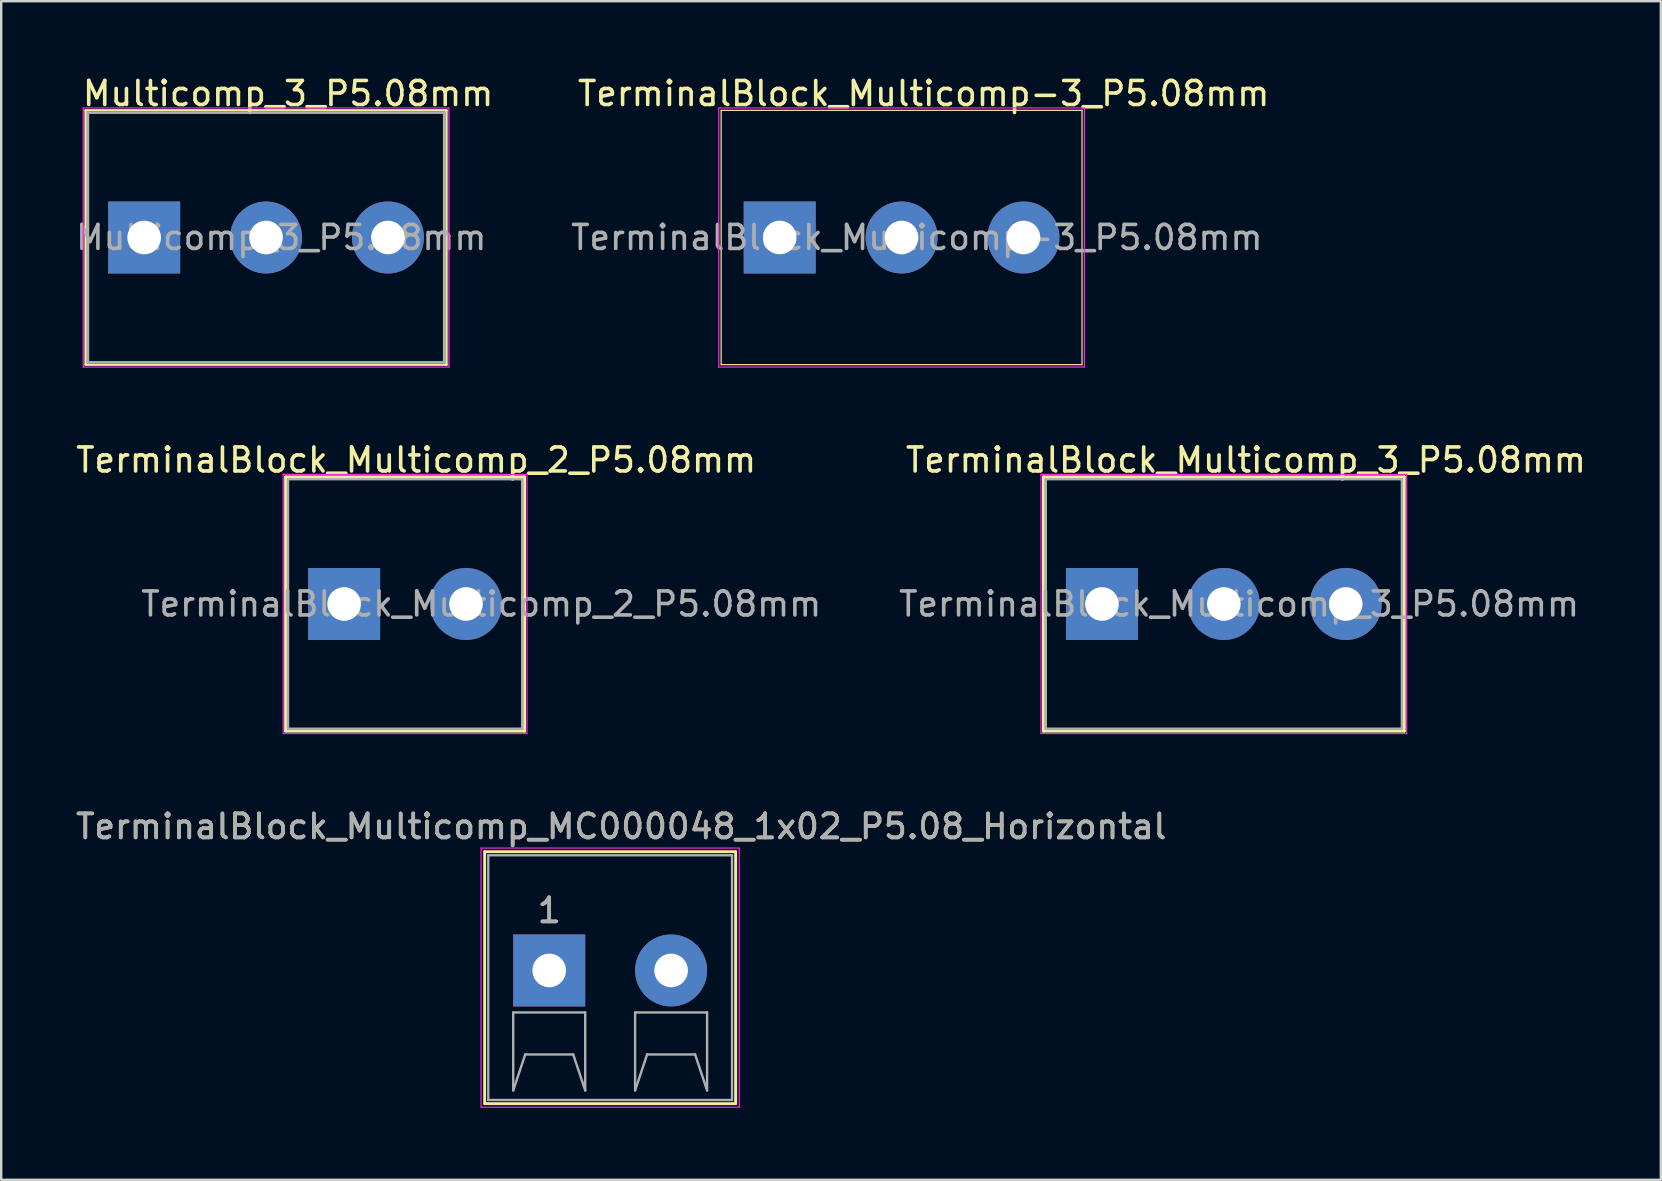
<source format=kicad_pcb>
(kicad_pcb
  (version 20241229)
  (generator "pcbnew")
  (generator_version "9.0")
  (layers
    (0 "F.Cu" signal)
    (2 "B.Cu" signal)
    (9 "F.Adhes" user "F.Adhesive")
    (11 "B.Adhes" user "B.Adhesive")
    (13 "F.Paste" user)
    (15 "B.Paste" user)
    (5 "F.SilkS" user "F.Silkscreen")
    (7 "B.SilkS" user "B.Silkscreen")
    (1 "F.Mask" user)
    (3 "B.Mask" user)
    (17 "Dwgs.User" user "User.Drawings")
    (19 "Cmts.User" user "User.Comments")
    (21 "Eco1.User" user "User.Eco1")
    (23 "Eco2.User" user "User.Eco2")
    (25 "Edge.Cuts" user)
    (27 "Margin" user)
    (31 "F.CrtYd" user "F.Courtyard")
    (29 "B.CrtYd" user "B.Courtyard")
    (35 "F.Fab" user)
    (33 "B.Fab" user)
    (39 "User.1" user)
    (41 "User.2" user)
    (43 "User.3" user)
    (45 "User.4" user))
  (footprint "TerminalBlock_Multicomp-3_P5.08mm"
    (layer "F.Cu")
    (at 29.445 6.848)
    (property "Reference" "TerminalBlock_Multicomp-3_P5.08mm" (at 6 -6 0) (layer "F.SilkS") (effects (font (size 1 1) (thickness 0.15))))
    (attr exclude_from_pos_files exclude_from_bom)
    (fp_line (start -2.44 -5.3) (end -2.44 5.3) (stroke (width 0.05) (type solid)) (layer "F.SilkS"))
    (fp_line (start -2.44 -5.3) (end 12.6 -5.3) (stroke (width 0.05) (type solid)) (layer "F.SilkS"))
    (fp_line (start 12.6 5.3) (end -2.44 5.3) (stroke (width 0.05) (type solid)) (layer "F.SilkS"))
    (fp_line (start 12.6 5.3) (end 12.6 -5.3) (stroke (width 0.05) (type solid)) (layer "F.SilkS"))
    (fp_line (start -2.54 -5.4) (end -2.54 5.4) (stroke (width 0.05) (type solid)) (layer "F.CrtYd"))
    (fp_line (start -2.54 -5.4) (end 12.7 -5.4) (stroke (width 0.05) (type solid)) (layer "F.CrtYd"))
    (fp_line (start 12.7 5.4) (end -2.54 5.4) (stroke (width 0.05) (type solid)) (layer "F.CrtYd"))
    (fp_line (start 12.7 5.4) (end 12.7 -5.4) (stroke (width 0.05) (type solid)) (layer "F.CrtYd"))
    (fp_text user "${REFERENCE}" (at 5.715 0 0) (layer "F.Fab") (effects (font (size 1 1) (thickness 0.15))))
    (pad "1" thru_hole rect (at 0 0) (size 3 3) (drill 1.4) (layers "*.Cu" "*.Mask"))
    (pad "2" thru_hole circle (at 5.08 0) (size 3 3) (drill 1.4) (layers "*.Cu" "*.Mask"))
    (pad "3" thru_hole circle (at 10.16 0) (size 3 3) (drill 1.4) (layers "*.Cu" "*.Mask")))
  (footprint "TerminalBlock_Multicomp_3_P5.08mm"
    (layer "F.Cu")
    (at 42.875 22.122)
    (property "Reference" "TerminalBlock_Multicomp_3_P5.08mm" (at 6 -6 0) (layer "F.SilkS") (effects (font (size 1 1) (thickness 0.15))))
    (attr through_hole)
    (fp_line (start -2.44 -5.3) (end -2.44 5.3) (stroke (width 0.12) (type solid)) (layer "F.SilkS"))
    (fp_line (start -2.44 -5.3) (end 12.6 -5.3) (stroke (width 0.12) (type solid)) (layer "F.SilkS"))
    (fp_line (start 12.6 5.3) (end -2.44 5.3) (stroke (width 0.12) (type solid)) (layer "F.SilkS"))
    (fp_line (start 12.6 5.3) (end 12.6 -5.3) (stroke (width 0.12) (type solid)) (layer "F.SilkS"))
    (fp_line (start -2.54 -5.4) (end -2.54 5.4) (stroke (width 0.05) (type solid)) (layer "F.CrtYd"))
    (fp_line (start -2.54 -5.4) (end 12.7 -5.4) (stroke (width 0.05) (type solid)) (layer "F.CrtYd"))
    (fp_line (start 12.7 5.4) (end -2.54 5.4) (stroke (width 0.05) (type solid)) (layer "F.CrtYd"))
    (fp_line (start 12.7 5.4) (end 12.7 -5.4) (stroke (width 0.05) (type solid)) (layer "F.CrtYd"))
    (fp_line (start -2.34 -5.2) (end -2.34 5.2) (stroke (width 0.1) (type solid)) (layer "F.Fab"))
    (fp_line (start -2.34 -5.2) (end 12.5 -5.2) (stroke (width 0.1) (type solid)) (layer "F.Fab"))
    (fp_line (start 12.5 5.2) (end -2.34 5.2) (stroke (width 0.1) (type solid)) (layer "F.Fab"))
    (fp_line (start 12.5 5.2) (end 12.5 -5.2) (stroke (width 0.1) (type solid)) (layer "F.Fab"))
    (fp_text user "${REFERENCE}" (at 5.715 0 0) (layer "F.Fab") (effects (font (size 1 1) (thickness 0.15))))
    (pad "1" thru_hole rect (at 0 0) (size 3 3) (drill 1.4) (layers "*.Cu" "*.Mask"))
    (pad "2" thru_hole circle (at 5.08 0) (size 3 3) (drill 1.4) (layers "*.Cu" "*.Mask"))
    (pad "3" thru_hole circle (at 10.16 0) (size 3 3) (drill 1.4) (layers "*.Cu" "*.Mask")))
  (footprint "TerminalBlock_Multicomp_MC000048_1x02_P5.08_Horizontal"
    (layer "F.Cu")
    (at 19.839 37.395)
    (property "Reference" "TerminalBlock_Multicomp_MC000048_1x02_P5.08_Horizontal" (at 3 -6 0) (layer "F.SilkS") (effects (font (size 1 1) (thickness 0.15))))
    (attr through_hole)
    (fp_line (start -2.69 -4.95) (end -2.69 5.55) (stroke (width 0.12) (type solid)) (layer "F.SilkS"))
    (fp_line (start -2.69 -4.95) (end 7.77 -4.95) (stroke (width 0.12) (type solid)) (layer "F.SilkS"))
    (fp_line (start 7.77 5.55) (end -2.69 5.55) (stroke (width 0.12) (type solid)) (layer "F.SilkS"))
    (fp_line (start 7.77 5.55) (end 7.77 -4.95) (stroke (width 0.12) (type solid)) (layer "F.SilkS"))
    (fp_line (start -2.84 -5.1) (end -2.84 5.7) (stroke (width 0.05) (type solid)) (layer "F.CrtYd"))
    (fp_line (start -2.84 -5.1) (end 7.92 -5.1) (stroke (width 0.05) (type solid)) (layer "F.CrtYd"))
    (fp_line (start 7.92 5.7) (end -2.84 5.7) (stroke (width 0.05) (type solid)) (layer "F.CrtYd"))
    (fp_line (start 7.92 5.7) (end 7.92 -5.1) (stroke (width 0.05) (type solid)) (layer "F.CrtYd"))
    (fp_line (start -2.54 -4.8) (end -2.54 5.4) (stroke (width 0.1) (type solid)) (layer "F.Fab"))
    (fp_line (start -2.54 -4.8) (end 7.62 -4.8) (stroke (width 0.1) (type solid)) (layer "F.Fab"))
    (fp_line (start -1.5 1.75) (end 1.5 1.75) (stroke (width 0.1) (type solid)) (layer "F.Fab"))
    (fp_line (start -1.5 5) (end -1.5 1.75) (stroke (width 0.1) (type solid)) (layer "F.Fab"))
    (fp_line (start -1 3.5) (end -1.5 5) (stroke (width 0.1) (type solid)) (layer "F.Fab"))
    (fp_line (start 1 3.5) (end -1 3.5) (stroke (width 0.1) (type solid)) (layer "F.Fab"))
    (fp_line (start 1.5 1.75) (end 1.5 5) (stroke (width 0.1) (type solid)) (layer "F.Fab"))
    (fp_line (start 1.5 5) (end 1 3.5) (stroke (width 0.1) (type solid)) (layer "F.Fab"))
    (fp_line (start 3.58 1.75) (end 6.58 1.75) (stroke (width 0.1) (type solid)) (layer "F.Fab"))
    (fp_line (start 3.58 5) (end 3.58 1.75) (stroke (width 0.1) (type solid)) (layer "F.Fab"))
    (fp_line (start 4.08 3.5) (end 3.58 5) (stroke (width 0.1) (type solid)) (layer "F.Fab"))
    (fp_line (start 6.08 3.5) (end 4.08 3.5) (stroke (width 0.1) (type solid)) (layer "F.Fab"))
    (fp_line (start 6.58 1.75) (end 6.58 5) (stroke (width 0.1) (type solid)) (layer "F.Fab"))
    (fp_line (start 6.58 5) (end 6.08 3.5) (stroke (width 0.1) (type solid)) (layer "F.Fab"))
    (fp_line (start 7.62 5.4) (end -2.54 5.4) (stroke (width 0.1) (type solid)) (layer "F.Fab"))
    (fp_line (start 7.62 5.4) (end 7.62 -4.8) (stroke (width 0.1) (type solid)) (layer "F.Fab"))
    (fp_text user "1" (at 0 -2.5 0) (layer "F.SilkS") (effects (font (size 1 1) (thickness 0.15))))
    (fp_text user "${REFERENCE}" (at 3 -6 0) (layer "F.Fab") (effects (font (size 1 1) (thickness 0.15))))
    (fp_text user "1" (at 0 -2.5 0) (layer "F.Fab") (effects (font (size 1 1) (thickness 0.15))))
    (pad "1" thru_hole rect (at 0 0) (size 3 3) (drill 1.4) (layers "*.Cu" "*.Mask"))
    (pad "2" thru_hole circle (at 5.08 0) (size 3 3) (drill 1.4) (layers "*.Cu" "*.Mask")))
  (footprint "Multicomp_3_P5.08mm"
    (layer "F.Cu")
    (at 2.958 6.848)
    (property "Reference" "Multicomp_3_P5.08mm" (at 6 -6 0) (layer "F.SilkS") (effects (font (size 1 1) (thickness 0.15))))
    (attr exclude_from_pos_files exclude_from_bom)
    (fp_line (start -2.44 -5.3) (end -2.44 5.3) (stroke (width 0.1) (type solid)) (layer "F.SilkS"))
    (fp_line (start -2.44 -5.3) (end 12.6 -5.3) (stroke (width 0.1) (type solid)) (layer "F.SilkS"))
    (fp_line (start 12.6 5.3) (end -2.44 5.3) (stroke (width 0.1) (type solid)) (layer "F.SilkS"))
    (fp_line (start 12.6 5.3) (end 12.6 -5.3) (stroke (width 0.1) (type solid)) (layer "F.SilkS"))
    (fp_line (start -2.54 -5.4) (end -2.54 5.4) (stroke (width 0.05) (type solid)) (layer "F.CrtYd"))
    (fp_line (start -2.54 -5.4) (end 12.7 -5.4) (stroke (width 0.05) (type solid)) (layer "F.CrtYd"))
    (fp_line (start 12.7 5.4) (end -2.54 5.4) (stroke (width 0.05) (type solid)) (layer "F.CrtYd"))
    (fp_line (start 12.7 5.4) (end 12.7 -5.4) (stroke (width 0.05) (type solid)) (layer "F.CrtYd"))
    (fp_line (start -2.34 -5.2) (end -2.34 5.2) (stroke (width 0.1) (type solid)) (layer "F.Fab"))
    (fp_line (start -2.34 -5.2) (end 12.5 -5.2) (stroke (width 0.1) (type solid)) (layer "F.Fab"))
    (fp_line (start 12.5 5.2) (end -2.34 5.2) (stroke (width 0.1) (type solid)) (layer "F.Fab"))
    (fp_line (start 12.5 5.2) (end 12.5 -5.2) (stroke (width 0.1) (type solid)) (layer "F.Fab"))
    (fp_text user "${REFERENCE}" (at 5.715 0 0) (layer "F.Fab") (effects (font (size 1 1) (thickness 0.15))))
    (pad "1" thru_hole rect (at 0 0) (size 3 3) (drill 1.4) (layers "*.Cu" "*.Mask"))
    (pad "2" thru_hole circle (at 5.08 0) (size 3 3) (drill 1.4) (layers "*.Cu" "*.Mask"))
    (pad "3" thru_hole circle (at 10.16 0) (size 3 3) (drill 1.4) (layers "*.Cu" "*.Mask")))
  (footprint "TerminalBlock_Multicomp_2_P5.08mm"
    (layer "F.Cu")
    (at 11.292 22.122)
    (property "Reference" "TerminalBlock_Multicomp_2_P5.08mm" (at 3 -6 0) (layer "F.SilkS") (effects (font (size 1 1) (thickness 0.15))))
    (attr through_hole)
    (fp_line (start -2.44 -5.3) (end -2.44 5.3) (stroke (width 0.12) (type solid)) (layer "F.SilkS"))
    (fp_line (start -2.44 -5.3) (end 7.52 -5.3) (stroke (width 0.12) (type solid)) (layer "F.SilkS"))
    (fp_line (start 7.52 5.3) (end -2.44 5.3) (stroke (width 0.12) (type solid)) (layer "F.SilkS"))
    (fp_line (start 7.52 5.3) (end 7.52 -5.3) (stroke (width 0.12) (type solid)) (layer "F.SilkS"))
    (fp_line (start -2.54 -5.4) (end -2.54 5.4) (stroke (width 0.05) (type solid)) (layer "F.CrtYd"))
    (fp_line (start -2.54 -5.4) (end 7.62 -5.4) (stroke (width 0.05) (type solid)) (layer "F.CrtYd"))
    (fp_line (start 7.62 5.4) (end -2.54 5.4) (stroke (width 0.05) (type solid)) (layer "F.CrtYd"))
    (fp_line (start 7.62 5.4) (end 7.62 -5.4) (stroke (width 0.05) (type solid)) (layer "F.CrtYd"))
    (fp_line (start -2.34 -5.2) (end -2.34 5.2) (stroke (width 0.1) (type solid)) (layer "F.Fab"))
    (fp_line (start -2.34 -5.2) (end 7.42 -5.2) (stroke (width 0.1) (type solid)) (layer "F.Fab"))
    (fp_line (start 7.42 5.2) (end -2.34 5.2) (stroke (width 0.1) (type solid)) (layer "F.Fab"))
    (fp_line (start 7.42 5.2) (end 7.42 -5.2) (stroke (width 0.1) (type solid)) (layer "F.Fab"))
    (fp_text user "${REFERENCE}" (at 5.715 0 0) (layer "F.Fab") (effects (font (size 1 1) (thickness 0.15))))
    (pad "1" thru_hole rect (at 0 0) (size 3 3) (drill 1.4) (layers "*.Cu" "*.Mask"))
    (pad "2" thru_hole circle (at 5.08 0) (size 3 3) (drill 1.4) (layers "*.Cu" "*.Mask")))
  (gr_rect
    (start -3 -3)
    (end 66.167 46.12)
    (stroke (width 0.1) (type default))
    (fill no)
    (layer "Edge.Cuts")))
</source>
